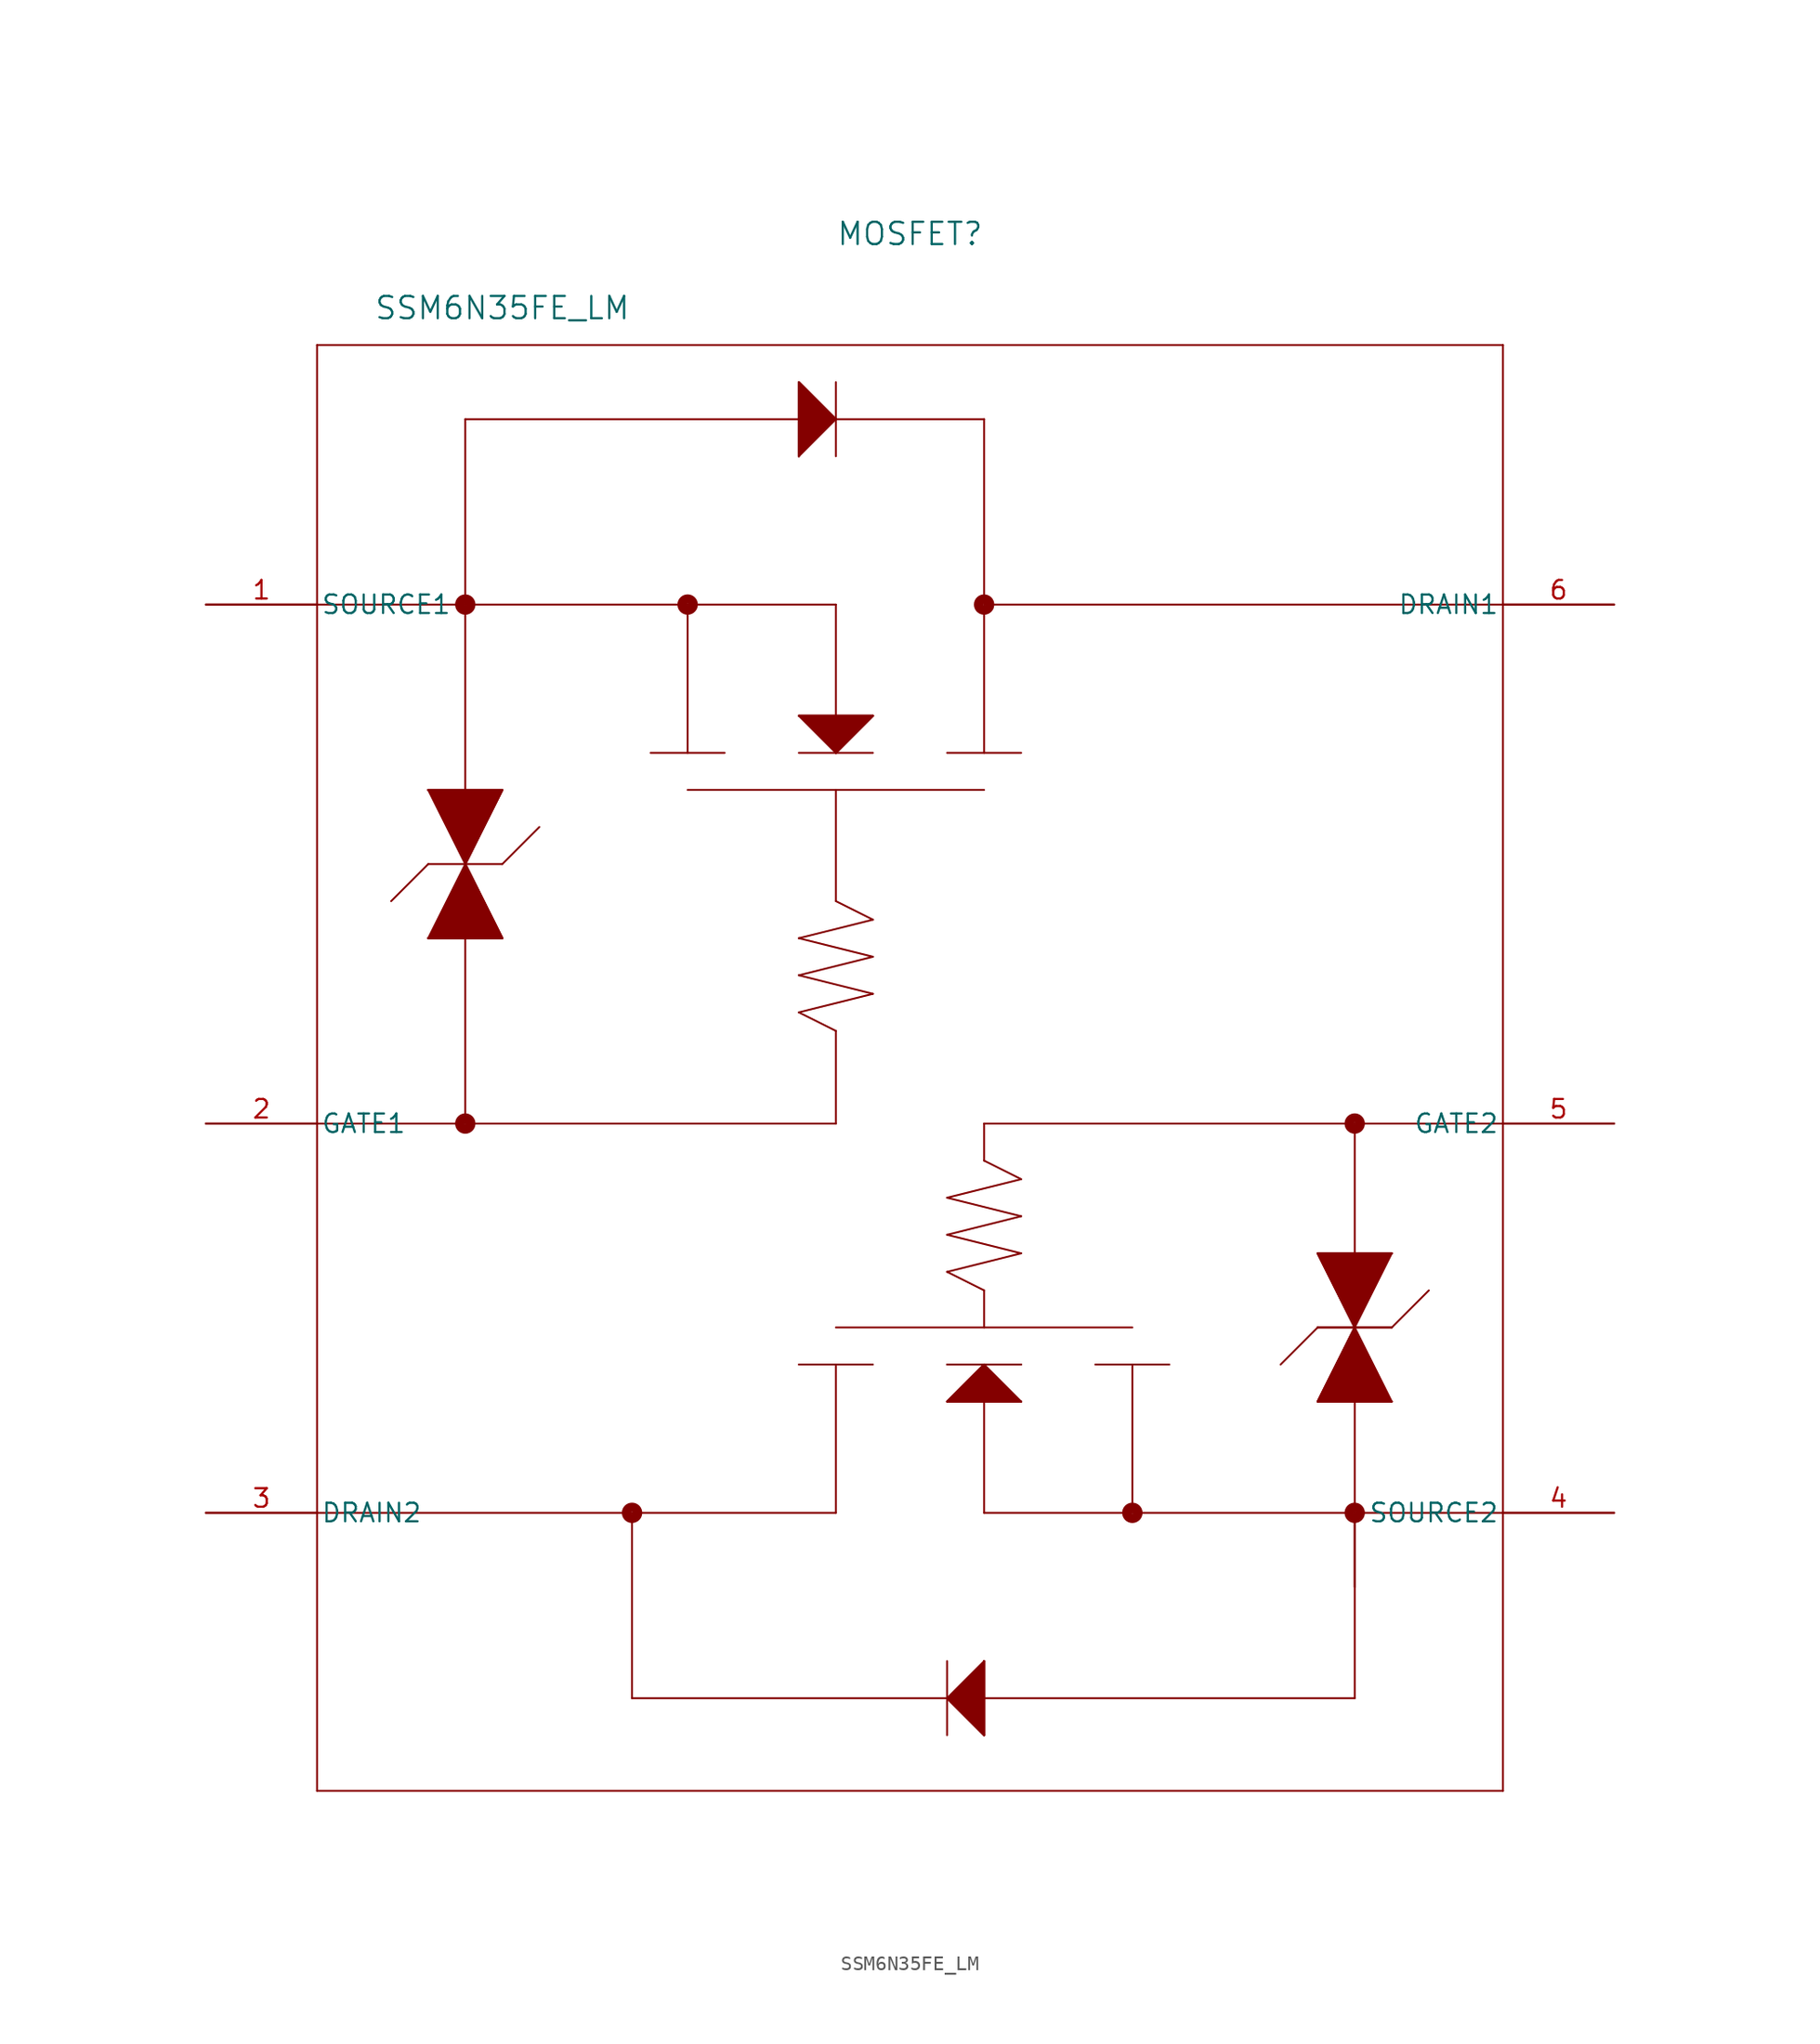
<source format=kicad_sym>
(kicad_symbol_lib
  (version 20211014)
  (generator kicad_symbol_editor)
  (symbol "SSM6N35FE_LM"
    (pin_names
      (offset 0.254))
    (property "Reference" "MOSFET"
      (at 48.26 25.4 0)
      (effects (font (size 1.524 1.524))))
    (property "Value" "SSM6N35FE_LM"
      (at 20.32 20.32 0)
      (effects (font (size 1.524 1.524))))
    (symbol "SSM6N35FE_LM_0_1"
      (polyline (pts (xy 43.18 -10.16) (xy 45.72 -7.62)) (stroke (width 0.127) (type default) (color 0 0 0 0)) (fill (type none)))
      (polyline (pts (xy 7.62 17.78) (xy 7.62 -81.28)) (stroke (width 0.127) (type default) (color 0 0 0 0)) (fill (type none)))
      (polyline (pts (xy 7.62 -81.28) (xy 88.9 -81.28)) (stroke (width 0.127) (type default) (color 0 0 0 0)) (fill (type none)))
      (polyline (pts (xy 88.9 -81.28) (xy 88.9 17.78)) (stroke (width 0.127) (type default) (color 0 0 0 0)) (fill (type none)))
      (polyline (pts (xy 88.9 17.78) (xy 7.62 17.78)) (stroke (width 0.127) (type default) (color 0 0 0 0)) (fill (type none)))
      (polyline (pts (xy 7.62 0) (xy 43.18 0)) (stroke (width 0.127) (type default) (color 0 0 0 0)) (fill (type none)))
      (polyline (pts (xy 33.02 0) (xy 33.02 -10.16)) (stroke (width 0.127) (type default) (color 0 0 0 0)) (fill (type none)))
      (polyline (pts (xy 30.48 -10.16) (xy 35.56 -10.16)) (stroke (width 0.127) (type default) (color 0 0 0 0)) (fill (type none)))
      (polyline (pts (xy 17.78 0) (xy 17.78 12.7)) (stroke (width 0.127) (type default) (color 0 0 0 0)) (fill (type none)))
      (polyline (pts (xy 17.78 12.7) (xy 53.34 12.7)) (stroke (width 0.127) (type default) (color 0 0 0 0)) (fill (type none)))
      (polyline (pts (xy 40.64 10.16) (xy 40.64 15.24)) (stroke (width 0.127) (type default) (color 0 0 0 0)) (fill (type none)))
      (polyline (pts (xy 40.64 10.16) (xy 43.18 12.7)) (stroke (width 0.127) (type default) (color 0 0 0 0)) (fill (type none)))
      (polyline (pts (xy 43.18 12.7) (xy 40.64 15.24)) (stroke (width 0.127) (type default) (color 0 0 0 0)) (fill (type none)))
      (polyline (pts (xy 43.18 10.16) (xy 43.18 15.24)) (stroke (width 0.127) (type default) (color 0 0 0 0)) (fill (type none)))
      (polyline (pts (xy 45.72 -7.62) (xy 40.64 -7.62)) (stroke (width 0.127) (type default) (color 0 0 0 0)) (fill (type none)))
      (polyline (pts (xy 53.34 12.7) (xy 53.34 -10.16)) (stroke (width 0.127) (type default) (color 0 0 0 0)) (fill (type none)))
      (polyline (pts (xy 50.8 -10.16) (xy 55.88 -10.16)) (stroke (width 0.127) (type default) (color 0 0 0 0)) (fill (type none)))
      (polyline (pts (xy 45.72 -10.16) (xy 40.64 -10.16)) (stroke (width 0.127) (type default) (color 0 0 0 0)) (fill (type none)))
      (polyline (pts (xy 43.18 0) (xy 43.18 -10.16)) (stroke (width 0.127) (type default) (color 0 0 0 0)) (fill (type none)))
      (polyline (pts (xy 88.9 0) (xy 53.34 0)) (stroke (width 0.127) (type default) (color 0 0 0 0)) (fill (type none)))
      (polyline (pts (xy 50.8 -40.64) (xy 55.88 -39.37)) (stroke (width 0.127) (type default) (color 0 0 0 0)) (fill (type none)))
      (polyline (pts (xy 43.18 -35.56) (xy 7.62 -35.56)) (stroke (width 0.127) (type default) (color 0 0 0 0)) (fill (type none)))
      (polyline (pts (xy 55.88 -39.37) (xy 53.34 -38.1)) (stroke (width 0.127) (type default) (color 0 0 0 0)) (fill (type none)))
      (polyline (pts (xy 53.34 -46.99) (xy 50.8 -45.72)) (stroke (width 0.127) (type default) (color 0 0 0 0)) (fill (type none)))
      (polyline (pts (xy 50.8 -45.72) (xy 55.88 -44.45)) (stroke (width 0.127) (type default) (color 0 0 0 0)) (fill (type none)))
      (polyline (pts (xy 55.88 -44.45) (xy 50.8 -43.18)) (stroke (width 0.127) (type default) (color 0 0 0 0)) (fill (type none)))
      (polyline (pts (xy 50.8 -43.18) (xy 55.88 -41.91)) (stroke (width 0.127) (type default) (color 0 0 0 0)) (fill (type none)))
      (polyline (pts (xy 55.88 -41.91) (xy 50.8 -40.64)) (stroke (width 0.127) (type default) (color 0 0 0 0)) (fill (type none)))
      (polyline (pts (xy 53.34 -38.1) (xy 53.34 -35.56)) (stroke (width 0.127) (type default) (color 0 0 0 0)) (fill (type none)))
      (polyline (pts (xy 17.78 0) (xy 17.78 -35.56)) (stroke (width 0.127) (type default) (color 0 0 0 0)) (fill (type none)))
      (polyline (pts (xy 53.34 -46.99) (xy 53.34 -49.53)) (stroke (width 0.127) (type default) (color 0 0 0 0)) (fill (type none)))
      (polyline (pts (xy 50.8 -54.61) (xy 53.34 -52.07)) (stroke (width 0.127) (type default) (color 0 0 0 0)) (fill (type none)))
      (polyline (pts (xy 20.32 -22.86) (xy 15.24 -22.86)) (stroke (width 0.127) (type default) (color 0 0 0 0)) (fill (type none)))
      (polyline (pts (xy 15.24 -22.86) (xy 17.78 -17.78)) (stroke (width 0.127) (type default) (color 0 0 0 0)) (fill (type none)))
      (polyline (pts (xy 17.78 -17.78) (xy 20.32 -22.86)) (stroke (width 0.127) (type default) (color 0 0 0 0)) (fill (type none)))
      (polyline (pts (xy 20.32 -17.78) (xy 15.24 -17.78)) (stroke (width 0.127) (type default) (color 0 0 0 0)) (fill (type none)))
      (polyline (pts (xy 15.24 -17.78) (xy 12.7 -20.32)) (stroke (width 0.127) (type default) (color 0 0 0 0)) (fill (type none)))
      (polyline (pts (xy 20.32 -17.78) (xy 22.86 -15.24)) (stroke (width 0.127) (type default) (color 0 0 0 0)) (fill (type none)))
      (polyline (pts (xy 17.78 -17.78) (xy 20.32 -12.7)) (stroke (width 0.127) (type default) (color 0 0 0 0)) (fill (type none)))
      (polyline (pts (xy 15.24 -12.7) (xy 20.32 -12.7)) (stroke (width 0.127) (type default) (color 0 0 0 0)) (fill (type none)))
      (polyline (pts (xy 15.24 -12.7) (xy 17.78 -17.78)) (stroke (width 0.127) (type default) (color 0 0 0 0)) (fill (type none)))
      (polyline (pts (xy 43.18 -10.16) (xy 40.64 -7.62)) (stroke (width 0.127) (type default) (color 0 0 0 0)) (fill (type none)))
      (polyline (pts (xy 33.02 -12.7) (xy 53.34 -12.7)) (stroke (width 0.127) (type default) (color 0 0 0 0)) (fill (type none)))
      (polyline (pts (xy 15.24 -12.7) (xy 20.32 -12.7) (xy 17.78 -17.78)) (stroke (width 0) (type default) (color 0 0 0 0)) (fill (type outline)))
      (polyline (pts (xy 40.64 -7.62) (xy 45.72 -7.62) (xy 43.18 -10.16)) (stroke (width 0) (type default) (color 0 0 0 0)) (fill (type outline)))
      (polyline (pts (xy 40.64 10.16) (xy 40.64 15.24) (xy 43.18 12.7)) (stroke (width 0) (type default) (color 0 0 0 0)) (fill (type outline)))
      (polyline (pts (xy 17.78 -17.78) (xy 20.32 -22.86) (xy 15.24 -22.86)) (stroke (width 0) (type default) (color 0 0 0 0)) (fill (type outline)))
      (polyline (pts (xy 88.9 -62.23) (xy 53.34 -62.23)) (stroke (width 0.127) (type default) (color 0 0 0 0)) (fill (type none)))
      (polyline (pts (xy 63.5 -62.23) (xy 63.5 -52.07)) (stroke (width 0.127) (type default) (color 0 0 0 0)) (fill (type none)))
      (polyline (pts (xy 66.04 -52.07) (xy 60.96 -52.07)) (stroke (width 0.127) (type default) (color 0 0 0 0)) (fill (type none)))
      (polyline (pts (xy 78.74 -62.23) (xy 78.74 -74.93)) (stroke (width 0.127) (type default) (color 0 0 0 0)) (fill (type none)))
      (polyline (pts (xy 29.21 -74.93) (xy 78.74 -74.93)) (stroke (width 0.127) (type default) (color 0 0 0 0)) (fill (type none)))
      (polyline (pts (xy 53.34 -72.39) (xy 53.34 -77.47)) (stroke (width 0.127) (type default) (color 0 0 0 0)) (fill (type none)))
      (polyline (pts (xy 53.34 -72.39) (xy 50.8 -74.93)) (stroke (width 0.127) (type default) (color 0 0 0 0)) (fill (type none)))
      (polyline (pts (xy 53.34 -77.47) (xy 50.8 -74.93)) (stroke (width 0.127) (type default) (color 0 0 0 0)) (fill (type none)))
      (polyline (pts (xy 50.8 -72.39) (xy 50.8 -77.47)) (stroke (width 0.127) (type default) (color 0 0 0 0)) (fill (type none)))
      (polyline (pts (xy 55.88 -52.07) (xy 50.8 -52.07)) (stroke (width 0.127) (type default) (color 0 0 0 0)) (fill (type none)))
      (polyline (pts (xy 43.18 -62.23) (xy 43.18 -52.07)) (stroke (width 0.127) (type default) (color 0 0 0 0)) (fill (type none)))
      (polyline (pts (xy 45.72 -52.07) (xy 40.64 -52.07)) (stroke (width 0.127) (type default) (color 0 0 0 0)) (fill (type none)))
      (polyline (pts (xy 50.8 -52.07) (xy 55.88 -52.07)) (stroke (width 0.127) (type default) (color 0 0 0 0)) (fill (type none)))
      (polyline (pts (xy 53.34 -52.07) (xy 53.34 -62.23)) (stroke (width 0.127) (type default) (color 0 0 0 0)) (fill (type none)))
      (polyline (pts (xy 7.62 -62.23) (xy 43.18 -62.23)) (stroke (width 0.127) (type default) (color 0 0 0 0)) (fill (type none)))
      (polyline (pts (xy 40.64 -22.86) (xy 45.72 -21.59)) (stroke (width 0.127) (type default) (color 0 0 0 0)) (fill (type none)))
      (polyline (pts (xy 53.34 -35.56) (xy 88.9 -35.56)) (stroke (width 0.127) (type default) (color 0 0 0 0)) (fill (type none)))
      (polyline (pts (xy 53.34 -52.07) (xy 55.88 -54.61)) (stroke (width 0.127) (type default) (color 0 0 0 0)) (fill (type none)))
      (polyline (pts (xy 55.88 -54.61) (xy 50.8 -54.61) (xy 53.34 -52.07)) (stroke (width 0) (type default) (color 0 0 0 0)) (fill (type outline)))
      (polyline (pts (xy 78.74 -67.31) (xy 78.74 -35.56)) (stroke (width 0.127) (type default) (color 0 0 0 0)) (fill (type none)))
      (polyline (pts (xy 76.2 -44.45) (xy 81.28 -44.45)) (stroke (width 0.127) (type default) (color 0 0 0 0)) (fill (type none)))
      (polyline (pts (xy 81.28 -44.45) (xy 78.74 -49.53)) (stroke (width 0.127) (type default) (color 0 0 0 0)) (fill (type none)))
      (polyline (pts (xy 78.74 -49.53) (xy 76.2 -44.45)) (stroke (width 0.127) (type default) (color 0 0 0 0)) (fill (type none)))
      (polyline (pts (xy 76.2 -49.53) (xy 81.28 -49.53)) (stroke (width 0.127) (type default) (color 0 0 0 0)) (fill (type none)))
      (polyline (pts (xy 81.28 -49.53) (xy 83.82 -46.99)) (stroke (width 0.127) (type default) (color 0 0 0 0)) (fill (type none)))
      (polyline (pts (xy 76.2 -49.53) (xy 73.66 -52.07)) (stroke (width 0.127) (type default) (color 0 0 0 0)) (fill (type none)))
      (polyline (pts (xy 78.74 -49.53) (xy 76.2 -54.61)) (stroke (width 0.127) (type default) (color 0 0 0 0)) (fill (type none)))
      (polyline (pts (xy 81.28 -54.61) (xy 78.74 -49.53)) (stroke (width 0.127) (type default) (color 0 0 0 0)) (fill (type none)))
      (polyline (pts (xy 81.28 -54.61) (xy 76.2 -54.61) (xy 78.74 -49.53)) (stroke (width 0) (type default) (color 0 0 0 0)) (fill (type outline)))
      (polyline (pts (xy 78.74 -49.53) (xy 76.2 -44.45) (xy 81.28 -44.45)) (stroke (width 0) (type default) (color 0 0 0 0)) (fill (type outline)))
      (polyline (pts (xy 29.21 -74.93) (xy 29.21 -62.23)) (stroke (width 0.127) (type default) (color 0 0 0 0)) (fill (type none)))
      (polyline (pts (xy 81.28 -49.53) (xy 76.2 -49.53)) (stroke (width 0.127) (type default) (color 0 0 0 0)) (fill (type none)))
      (polyline (pts (xy 63.5 -49.53) (xy 43.18 -49.53)) (stroke (width 0.127) (type default) (color 0 0 0 0)) (fill (type none)))
      (circle (center 17.78 0) (radius 0.381) (stroke (width 0.635) (type default) (color 0 0 0 0)) (fill (type none)))
      (circle (center 17.78 -35.56) (radius 0.381) (stroke (width 0.635) (type default) (color 0 0 0 0)) (fill (type none)))
      (polyline (pts (xy 53.34 -72.39) (xy 53.34 -77.47) (xy 50.8 -74.93)) (stroke (width 0) (type default) (color 0 0 0 0)) (fill (type outline)))
      (circle (center 33.02 0) (radius 0.381) (stroke (width 0.635) (type default) (color 0 0 0 0)) (fill (type none)))
      (circle (center 53.34 0) (radius 0.381) (stroke (width 0.635) (type default) (color 0 0 0 0)) (fill (type none)))
      (circle (center 78.74 -35.56) (radius 0.381) (stroke (width 0.635) (type default) (color 0 0 0 0)) (fill (type none)))
      (circle (center 78.74 -62.23) (radius 0.381) (stroke (width 0.635) (type default) (color 0 0 0 0)) (fill (type none)))
      (circle (center 63.5 -62.23) (radius 0.381) (stroke (width 0.635) (type default) (color 0 0 0 0)) (fill (type none)))
      (circle (center 29.21 -62.23) (radius 0.381) (stroke (width 0.635) (type default) (color 0 0 0 0)) (fill (type none)))
      (polyline (pts (xy 45.72 -21.59) (xy 43.18 -20.32)) (stroke (width 0.127) (type default) (color 0 0 0 0)) (fill (type none)))
      (polyline (pts (xy 43.18 -29.21) (xy 40.64 -27.94)) (stroke (width 0.127) (type default) (color 0 0 0 0)) (fill (type none)))
      (polyline (pts (xy 40.64 -27.94) (xy 45.72 -26.67)) (stroke (width 0.127) (type default) (color 0 0 0 0)) (fill (type none)))
      (polyline (pts (xy 45.72 -26.67) (xy 40.64 -25.4)) (stroke (width 0.127) (type default) (color 0 0 0 0)) (fill (type none)))
      (polyline (pts (xy 40.64 -25.4) (xy 45.72 -24.13)) (stroke (width 0.127) (type default) (color 0 0 0 0)) (fill (type none)))
      (polyline (pts (xy 45.72 -24.13) (xy 40.64 -22.86)) (stroke (width 0.127) (type default) (color 0 0 0 0)) (fill (type none)))
      (polyline (pts (xy 43.18 -20.32) (xy 43.18 -12.7)) (stroke (width 0.127) (type default) (color 0 0 0 0)) (fill (type none)))
      (polyline (pts (xy 43.18 -29.21) (xy 43.18 -35.56)) (stroke (width 0.127) (type default) (color 0 0 0 0)) (fill (type none)))
      (pin unspecified line (at 0 0 0) (length 7.62) (name "SOURCE1" (effects (font (size 1.27 1.27)))) (number "1" (effects (font (size 1.27 1.27)))))
      (pin unspecified line (at 96.52 -62.23 180) (length 7.62) (name "SOURCE2" (effects (font (size 1.27 1.27)))) (number "4" (effects (font (size 1.27 1.27)))))
      (pin unspecified line (at 0 -35.56 0) (length 7.62) (name "GATE1" (effects (font (size 1.27 1.27)))) (number "2" (effects (font (size 1.27 1.27)))))
      (pin unspecified line (at 0 -62.23 0) (length 7.62) (name "DRAIN2" (effects (font (size 1.27 1.27)))) (number "3" (effects (font (size 1.27 1.27)))))
      (pin unspecified line (at 96.52 -35.56 180) (length 7.62) (name "GATE2" (effects (font (size 1.27 1.27)))) (number "5" (effects (font (size 1.27 1.27)))))
      (pin unspecified line (at 96.52 0 180) (length 7.62) (name "DRAIN1" (effects (font (size 1.27 1.27)))) (number "6" (effects (font (size 1.27 1.27))))))))
</source>
